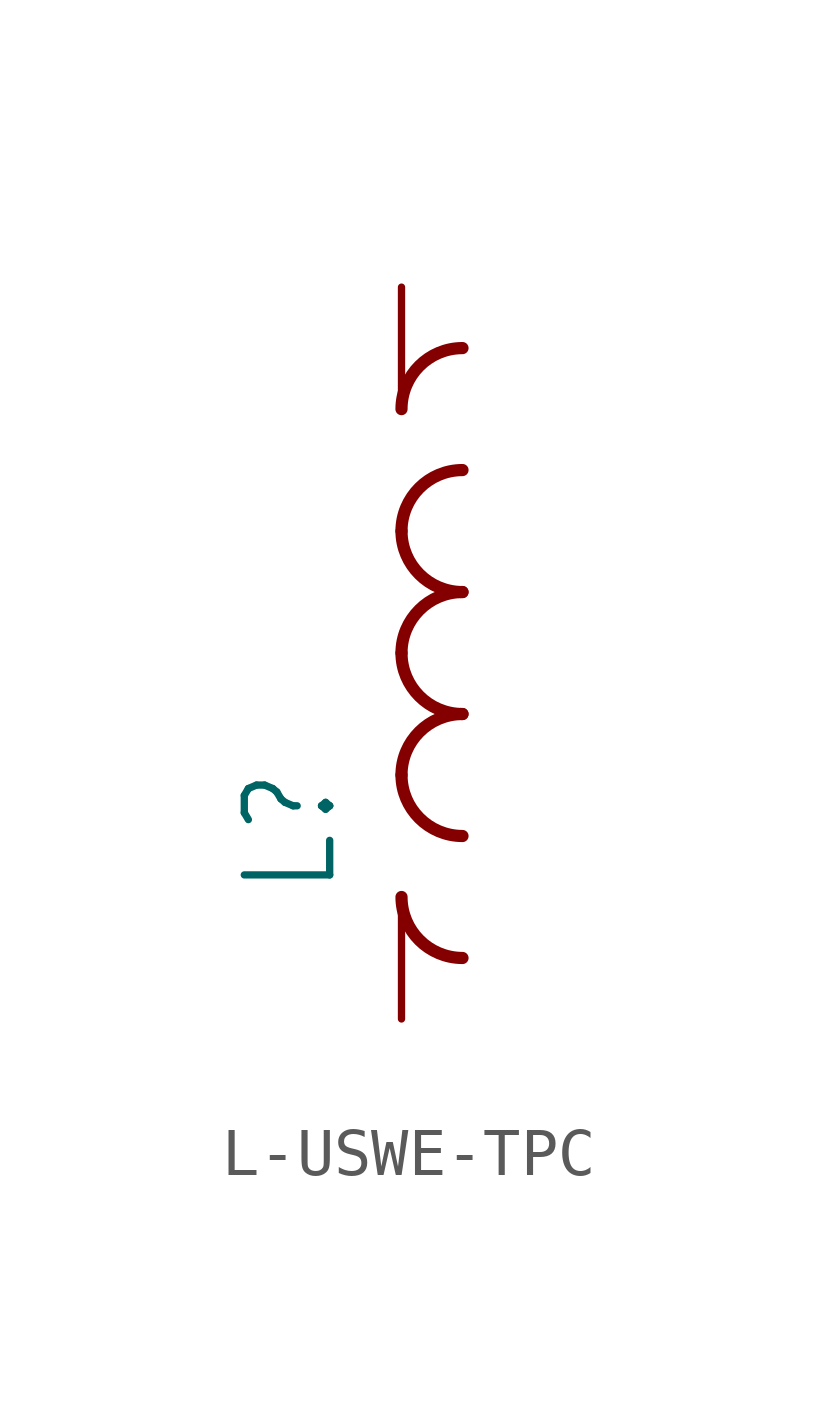
<source format=kicad_sym>
(kicad_symbol_lib
  (version 20241209)
  (generator "kicad_symbol_editor")
  (generator_version "9.0")
  (symbol "L-USWE-TPC"
    (property "Reference" "L"
      (at -1.27 -5.08 90)
      (effects (font (size 1.778 1.511)) (justify left bottom)))
    (property "Value" ""
      (at 3.81 -5.08 90)
      (effects (font (size 1.778 1.511)) (justify left bottom)))
    (property "ki_locked" ""
      (at 0 0 0)
      (effects (font (size 1.27 1.27))))
    (symbol "L-USWE-TPC_1_0"
      (arc (start 0 5.08) (mid 0.372 5.978) (end 1.27 6.35) (stroke (width 0.254) (type solid)) (fill (type none)))
      (arc (start 0 2.54) (mid 0.372 3.438) (end 1.27 3.81) (stroke (width 0.254) (type solid)) (fill (type none)))
      (arc (start 1.27 1.27) (mid 0.372 1.642) (end 0 2.54) (stroke (width 0.254) (type solid)) (fill (type none)))
      (arc (start 0 0) (mid 0.372 0.898) (end 1.27 1.27) (stroke (width 0.254) (type solid)) (fill (type none)))
      (arc (start 1.27 -1.27) (mid 0.372 -0.898) (end 0 0) (stroke (width 0.254) (type solid)) (fill (type none)))
      (arc (start 0 -2.54) (mid 0.372 -1.642) (end 1.27 -1.27) (stroke (width 0.254) (type solid)) (fill (type none)))
      (arc (start 1.27 -3.81) (mid 0.372 -3.438) (end 0 -2.54) (stroke (width 0.254) (type solid)) (fill (type none)))
      (arc (start 1.27 -6.35) (mid 0.372 -5.978) (end 0 -5.08) (stroke (width 0.254) (type solid)) (fill (type none)))
      (pin passive line (at 0 7.62 270) (length 2.54) (name "1" (effects (font (size 0 0)))) (number "1" (effects (font (size 0 0)))))
      (pin passive line (at 0 -7.62 90) (length 2.54) (name "2" (effects (font (size 0 0)))) (number "2" (effects (font (size 0 0))))))))
</source>
